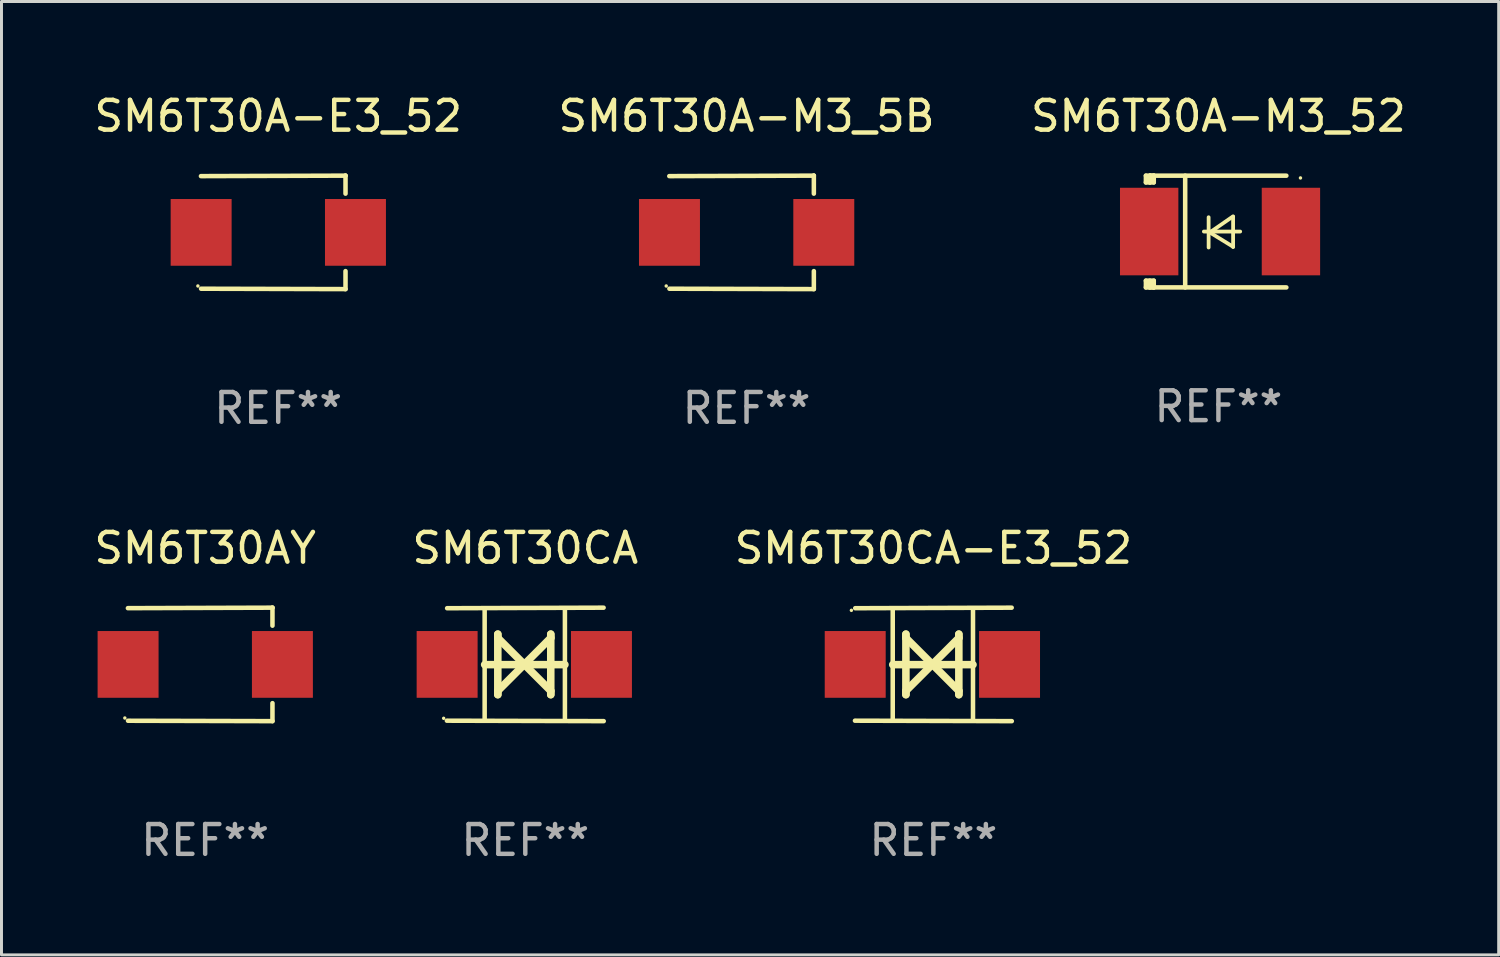
<source format=kicad_pcb>
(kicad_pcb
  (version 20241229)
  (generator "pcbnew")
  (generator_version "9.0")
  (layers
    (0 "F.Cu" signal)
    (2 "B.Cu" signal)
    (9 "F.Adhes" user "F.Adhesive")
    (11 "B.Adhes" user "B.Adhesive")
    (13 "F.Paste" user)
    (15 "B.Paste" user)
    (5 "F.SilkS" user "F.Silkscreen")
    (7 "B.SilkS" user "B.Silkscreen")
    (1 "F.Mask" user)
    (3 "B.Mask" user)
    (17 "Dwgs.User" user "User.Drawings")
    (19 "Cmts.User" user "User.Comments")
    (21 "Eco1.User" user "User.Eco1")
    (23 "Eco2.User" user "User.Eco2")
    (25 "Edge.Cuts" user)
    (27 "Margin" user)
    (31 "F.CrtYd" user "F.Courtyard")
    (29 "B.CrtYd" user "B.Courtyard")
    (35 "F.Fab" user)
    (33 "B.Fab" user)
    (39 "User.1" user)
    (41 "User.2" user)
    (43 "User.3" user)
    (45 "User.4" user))
  (footprint "SM6T30CA-E3_52"
    (layer "F.Cu")
    (at 28.292 19.26)
    (property "Reference" "SM6T30CA-E3_52" (at 0 -3.905 0) (layer "F.SilkS") (effects (font (size 1 1) (thickness 0.15))))
    (attr through_hole)
    (fp_line (start -1.365 1.886) (end -1.365 -1.886) (stroke (width 0.152) (type solid)) (layer "F.SilkS"))
    (fp_line (start -1.365 0.008) (end 1.33 0.008) (stroke (width 0.254) (type solid)) (layer "F.SilkS"))
    (fp_line (start -0.923 -1.016) (end -0.923 1.016) (stroke (width 0.254) (type solid)) (layer "F.SilkS"))
    (fp_line (start -0.923 -0.889) (end -0.923 -1.016) (stroke (width 0.254) (type solid)) (layer "F.SilkS"))
    (fp_line (start -0.923 0.889) (end -0.034 0) (stroke (width 0.254) (type solid)) (layer "F.SilkS"))
    (fp_line (start -0.923 1.016) (end -0.923 0.889) (stroke (width 0.254) (type solid)) (layer "F.SilkS"))
    (fp_line (start -0.034 0) (end -0.923 -0.889) (stroke (width 0.254) (type solid)) (layer "F.SilkS"))
    (fp_line (start -0.034 0) (end 0.855 0.889) (stroke (width 0.254) (type solid)) (layer "F.SilkS"))
    (fp_line (start 0.855 -1.016) (end 0.855 -0.889) (stroke (width 0.254) (type solid)) (layer "F.SilkS"))
    (fp_line (start 0.855 -0.889) (end -0.034 0) (stroke (width 0.254) (type solid)) (layer "F.SilkS"))
    (fp_line (start 0.855 0.889) (end 0.855 1.016) (stroke (width 0.254) (type solid)) (layer "F.SilkS"))
    (fp_line (start 0.855 1.016) (end 0.855 -1.016) (stroke (width 0.254) (type solid)) (layer "F.SilkS"))
    (fp_line (start 1.33 1.886) (end 1.33 -1.886) (stroke (width 0.152) (type solid)) (layer "F.SilkS"))
    (fp_line (start 2.629 -1.905) (end -2.625 -1.887) (stroke (width 0.152) (type solid)) (layer "F.SilkS"))
    (fp_line (start 2.633 1.905) (end -2.633 1.89) (stroke (width 0.152) (type solid)) (layer "F.SilkS"))
    (fp_circle (center -2.753 -1.816) (end -2.723 -1.816) (stroke (width 0.06) (type solid)) (fill no) (layer "F.SilkS"))
    (fp_text user "REF**" (at 0 5.905 0) (layer "F.Fab") (effects (font (size 1 1) (thickness 0.15))))
    (pad "1" smd rect (at -2.625 0) (size 2.047 2.241) (layers "F.Cu" "F.Mask" "F.Paste"))
    (pad "2" smd rect (at 2.557 0) (size 2.047 2.241) (layers "F.Cu" "F.Mask" "F.Paste")))
  (footprint "SM6T30CA"
    (layer "F.Cu")
    (at 14.589 19.26)
    (property "Reference" "SM6T30CA" (at 0 -3.905 0) (layer "F.SilkS") (effects (font (size 1 1) (thickness 0.15))))
    (attr through_hole)
    (fp_line (start -1.365 1.886) (end -1.365 -1.886) (stroke (width 0.152) (type solid)) (layer "F.SilkS"))
    (fp_line (start -1.365 0.008) (end 1.33 0.008) (stroke (width 0.254) (type solid)) (layer "F.SilkS"))
    (fp_line (start -0.923 -1.016) (end -0.923 1.016) (stroke (width 0.254) (type solid)) (layer "F.SilkS"))
    (fp_line (start -0.923 -0.889) (end -0.923 -1.016) (stroke (width 0.254) (type solid)) (layer "F.SilkS"))
    (fp_line (start -0.923 0.889) (end -0.034 0) (stroke (width 0.254) (type solid)) (layer "F.SilkS"))
    (fp_line (start -0.923 1.016) (end -0.923 0.889) (stroke (width 0.254) (type solid)) (layer "F.SilkS"))
    (fp_line (start -0.034 0) (end -0.923 -0.889) (stroke (width 0.254) (type solid)) (layer "F.SilkS"))
    (fp_line (start -0.034 0) (end 0.855 0.889) (stroke (width 0.254) (type solid)) (layer "F.SilkS"))
    (fp_line (start 0.855 -1.016) (end 0.855 -0.889) (stroke (width 0.254) (type solid)) (layer "F.SilkS"))
    (fp_line (start 0.855 -0.889) (end -0.034 0) (stroke (width 0.254) (type solid)) (layer "F.SilkS"))
    (fp_line (start 0.855 0.889) (end 0.855 1.016) (stroke (width 0.254) (type solid)) (layer "F.SilkS"))
    (fp_line (start 0.855 1.016) (end 0.855 -1.016) (stroke (width 0.254) (type solid)) (layer "F.SilkS"))
    (fp_line (start 1.33 1.886) (end 1.33 -1.886) (stroke (width 0.152) (type solid)) (layer "F.SilkS"))
    (fp_line (start 2.629 -1.905) (end -2.625 -1.887) (stroke (width 0.152) (type solid)) (layer "F.SilkS"))
    (fp_line (start 2.633 1.905) (end -2.633 1.89) (stroke (width 0.152) (type solid)) (layer "F.SilkS"))
    (fp_circle (center -2.741 1.81) (end -2.711 1.81) (stroke (width 0.06) (type solid)) (fill no) (layer "F.SilkS"))
    (fp_text user "REF**" (at 0 5.905 0) (layer "F.Fab") (effects (font (size 1 1) (thickness 0.15))))
    (pad "1" smd rect (at -2.625 0) (size 2.047 2.241) (layers "F.Cu" "F.Mask" "F.Paste"))
    (pad "2" smd rect (at 2.557 0) (size 2.047 2.241) (layers "F.Cu" "F.Mask" "F.Paste")))
  (footprint "SM6T30A-M3_52"
    (layer "F.Cu")
    (at 37.863 4.725)
    (property "Reference" "SM6T30A-M3_52" (at 0 -3.876 0) (layer "F.SilkS") (effects (font (size 1 1) (thickness 0.15))))
    (attr through_hole)
    (fp_line (start -2.435 1.65) (end -2.171 1.65) (stroke (width 0.152) (type solid)) (layer "F.SilkS"))
    (fp_line (start -2.435 1.876) (end -2.435 1.65) (stroke (width 0.152) (type solid)) (layer "F.SilkS"))
    (fp_line (start -2.435 -1.876) (end -2.171 -1.876) (stroke (width 0.152) (type solid)) (layer "F.SilkS"))
    (fp_line (start -2.435 -1.65) (end -2.435 -1.876) (stroke (width 0.152) (type solid)) (layer "F.SilkS"))
    (fp_line (start -2.305 -1.866) (end -2.295 -1.876) (stroke (width 0.152) (type solid)) (layer "F.SilkS"))
    (fp_line (start -2.305 -1.65) (end -2.305 -1.866) (stroke (width 0.152) (type solid)) (layer "F.SilkS"))
    (fp_line (start -2.305 1.876) (end -2.305 1.65) (stroke (width 0.152) (type solid)) (layer "F.SilkS"))
    (fp_line (start -2.295 -1.876) (end -2.295 -1.65) (stroke (width 0.152) (type solid)) (layer "F.SilkS"))
    (fp_line (start -2.171 1.876) (end -2.435 1.876) (stroke (width 0.152) (type solid)) (layer "F.SilkS"))
    (fp_line (start -2.171 -1.65) (end -2.435 -1.65) (stroke (width 0.152) (type solid)) (layer "F.SilkS"))
    (fp_line (start -2.171 -1.876) (end -2.295 -1.876) (stroke (width 0.152) (type solid)) (layer "F.SilkS"))
    (fp_line (start -2.171 -1.65) (end -2.171 -1.876) (stroke (width 0.152) (type solid)) (layer "F.SilkS"))
    (fp_line (start -2.171 1.876) (end -2.305 1.876) (stroke (width 0.152) (type solid)) (layer "F.SilkS"))
    (fp_line (start -2.171 1.876) (end -2.171 1.65) (stroke (width 0.152) (type solid)) (layer "F.SilkS"))
    (fp_line (start -1.116 1.876) (end -1.116 -1.876) (stroke (width 0.152) (type solid)) (layer "F.SilkS"))
    (fp_line (start -0.488 0.000102) (end 0.731 0.000102) (stroke (width 0.127) (type solid)) (layer "F.SilkS"))
    (fp_line (start -0.329 -0.48) (end -0.329 0.536) (stroke (width 0.127) (type solid)) (layer "F.SilkS"))
    (fp_line (start -0.29 0.03) (end 0.493 0.51) (stroke (width 0.127) (type solid)) (layer "F.SilkS"))
    (fp_line (start 0.493 -0.51) (end -0.29 0.03) (stroke (width 0.127) (type solid)) (layer "F.SilkS"))
    (fp_line (start 0.493 0.52) (end 0.493 -0.496) (stroke (width 0.127) (type solid)) (layer "F.SilkS"))
    (fp_line (start 2.281 -1.876) (end -2.171 -1.876) (stroke (width 0.152) (type solid)) (layer "F.SilkS"))
    (fp_line (start 2.281 1.876) (end -2.171 1.876) (stroke (width 0.152) (type solid)) (layer "F.SilkS"))
    (fp_circle (center 2.755 -1.8) (end 2.785 -1.8) (stroke (width 0.06) (type solid)) (fill no) (layer "F.SilkS"))
    (fp_text user "REF**" (at 0 5.876 0) (layer "F.Fab") (effects (font (size 1 1) (thickness 0.15))))
    (pad "1" smd rect (at 2.435 -0.000025 180) (size 1.96 2.94) (layers "F.Cu" "F.Mask" "F.Paste"))
    (pad "2" smd rect (at -2.325 -0.000025 180) (size 1.96 2.94) (layers "F.Cu" "F.Mask" "F.Paste")))
  (footprint "SM6T30A-M3_5B"
    (layer "F.Cu")
    (at 22.018 4.753)
    (property "Reference" "SM6T30A-M3_5B" (at 0 -3.905 0) (layer "F.SilkS") (effects (font (size 1 1) (thickness 0.15))))
    (attr through_hole)
    (fp_line (start 2.256 -1.905) (end -2.594 -1.889) (stroke (width 0.152) (type solid)) (layer "F.SilkS"))
    (fp_line (start 2.256 -1.905) (end 2.26 -1.905) (stroke (width 0.152) (type solid)) (layer "F.SilkS"))
    (fp_line (start 2.26 -1.905) (end 2.26 -1.301) (stroke (width 0.152) (type solid)) (layer "F.SilkS"))
    (fp_line (start 2.26 1.301) (end 2.26 1.905) (stroke (width 0.152) (type solid)) (layer "F.SilkS"))
    (fp_line (start 2.26 1.905) (end -2.59 1.892) (stroke (width 0.152) (type solid)) (layer "F.SilkS"))
    (fp_circle (center -2.697 1.8) (end -2.667 1.8) (stroke (width 0.06) (type solid)) (fill no) (layer "F.SilkS"))
    (fp_text user "REF**" (at 0 5.905 0) (layer "F.Fab") (effects (font (size 1 1) (thickness 0.15))))
    (pad "1" smd rect (at -2.588 0) (size 2.047 2.241) (layers "F.Cu" "F.Mask" "F.Paste"))
    (pad "2" smd rect (at 2.594 0) (size 2.047 2.241) (layers "F.Cu" "F.Mask" "F.Paste")))
  (footprint "SM6T30AY"
    (layer "F.Cu")
    (at 3.839 19.26)
    (property "Reference" "SM6T30AY" (at 0 -3.905 0) (layer "F.SilkS") (effects (font (size 1 1) (thickness 0.15))))
    (attr through_hole)
    (fp_line (start 2.256 -1.905) (end -2.594 -1.889) (stroke (width 0.152) (type solid)) (layer "F.SilkS"))
    (fp_line (start 2.256 -1.905) (end 2.26 -1.905) (stroke (width 0.152) (type solid)) (layer "F.SilkS"))
    (fp_line (start 2.26 -1.905) (end 2.26 -1.301) (stroke (width 0.152) (type solid)) (layer "F.SilkS"))
    (fp_line (start 2.26 1.301) (end 2.26 1.905) (stroke (width 0.152) (type solid)) (layer "F.SilkS"))
    (fp_line (start 2.26 1.905) (end -2.59 1.892) (stroke (width 0.152) (type solid)) (layer "F.SilkS"))
    (fp_circle (center -2.697 1.8) (end -2.667 1.8) (stroke (width 0.06) (type solid)) (fill no) (layer "F.SilkS"))
    (fp_text user "REF**" (at 0 5.905 0) (layer "F.Fab") (effects (font (size 1 1) (thickness 0.15))))
    (pad "1" smd rect (at -2.588 0) (size 2.047 2.241) (layers "F.Cu" "F.Mask" "F.Paste"))
    (pad "2" smd rect (at 2.594 0) (size 2.047 2.241) (layers "F.Cu" "F.Mask" "F.Paste")))
  (footprint "SM6T30A-E3_52"
    (layer "F.Cu")
    (at 6.292 4.753)
    (property "Reference" "SM6T30A-E3_52" (at 0 -3.905 0) (layer "F.SilkS") (effects (font (size 1 1) (thickness 0.15))))
    (attr through_hole)
    (fp_line (start 2.256 -1.905) (end -2.594 -1.889) (stroke (width 0.152) (type solid)) (layer "F.SilkS"))
    (fp_line (start 2.256 -1.905) (end 2.26 -1.905) (stroke (width 0.152) (type solid)) (layer "F.SilkS"))
    (fp_line (start 2.26 -1.905) (end 2.26 -1.301) (stroke (width 0.152) (type solid)) (layer "F.SilkS"))
    (fp_line (start 2.26 1.301) (end 2.26 1.905) (stroke (width 0.152) (type solid)) (layer "F.SilkS"))
    (fp_line (start 2.26 1.905) (end -2.59 1.892) (stroke (width 0.152) (type solid)) (layer "F.SilkS"))
    (fp_circle (center -2.697 1.8) (end -2.667 1.8) (stroke (width 0.06) (type solid)) (fill no) (layer "F.SilkS"))
    (fp_text user "REF**" (at 0 5.905 0) (layer "F.Fab") (effects (font (size 1 1) (thickness 0.15))))
    (pad "1" smd rect (at -2.588 0) (size 2.047 2.241) (layers "F.Cu" "F.Mask" "F.Paste"))
    (pad "2" smd rect (at 2.594 0) (size 2.047 2.241) (layers "F.Cu" "F.Mask" "F.Paste")))
  (gr_rect
    (start -3 -3)
    (end 47.274 29.013)
    (stroke (width 0.1) (type default))
    (fill no)
    (layer "Edge.Cuts")))
</source>
